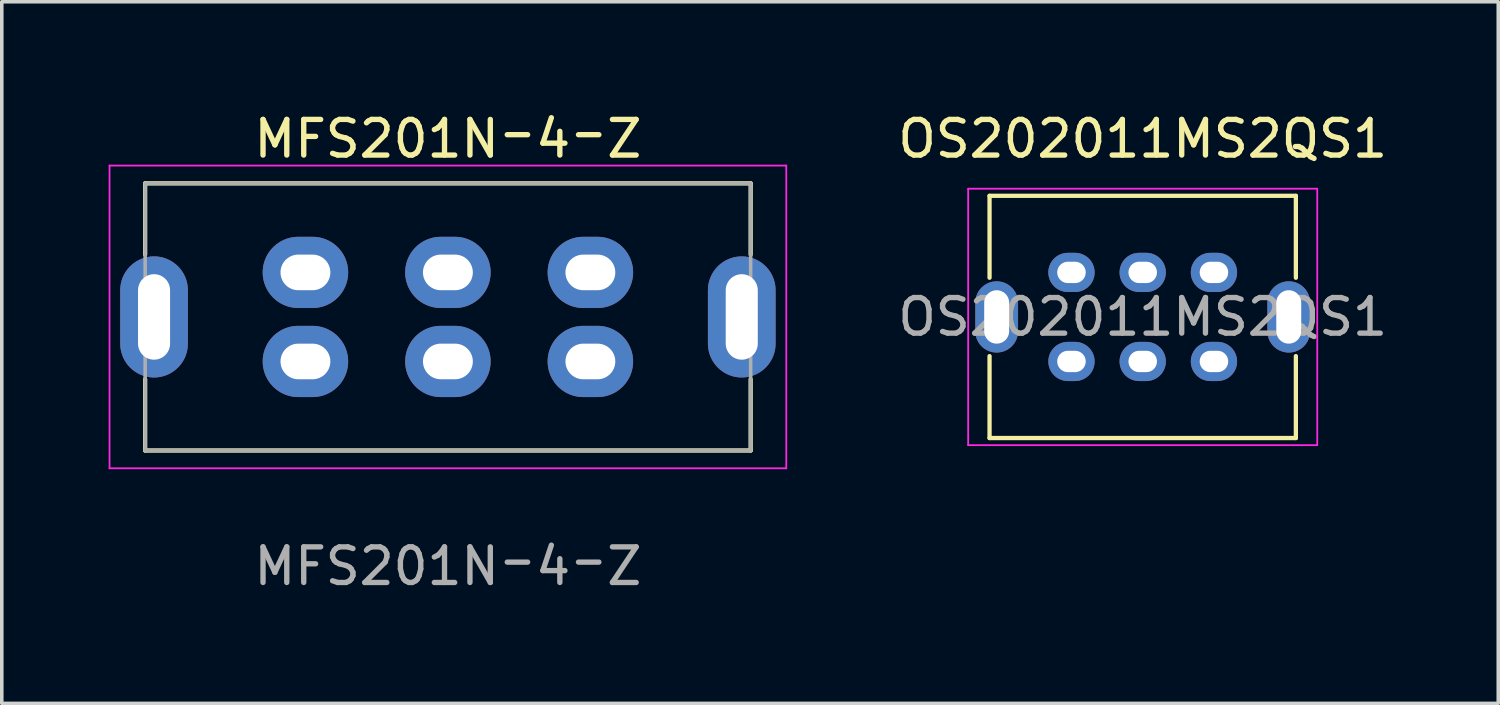
<source format=kicad_pcb>
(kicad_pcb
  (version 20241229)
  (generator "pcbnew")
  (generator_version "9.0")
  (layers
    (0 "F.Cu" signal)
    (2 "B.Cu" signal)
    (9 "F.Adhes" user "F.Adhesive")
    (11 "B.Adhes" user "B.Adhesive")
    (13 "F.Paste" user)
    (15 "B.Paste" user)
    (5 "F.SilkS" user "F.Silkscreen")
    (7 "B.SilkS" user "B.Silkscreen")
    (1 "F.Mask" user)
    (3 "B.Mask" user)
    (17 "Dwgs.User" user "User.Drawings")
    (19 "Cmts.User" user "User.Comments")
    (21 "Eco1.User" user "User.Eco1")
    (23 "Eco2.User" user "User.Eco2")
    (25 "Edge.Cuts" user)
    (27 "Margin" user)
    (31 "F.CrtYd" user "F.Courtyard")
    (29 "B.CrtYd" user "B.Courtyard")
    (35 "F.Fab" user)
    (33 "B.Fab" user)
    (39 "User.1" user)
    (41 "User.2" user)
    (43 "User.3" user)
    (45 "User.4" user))
  (footprint "MFS201N－4－Z"
    (layer "F.Cu")
    (at 9.525 5.848)
    (property "Reference" "MFS201N－4－Z" (at 0 -5 0) (unlocked yes) (layer "F.SilkS") (effects (font (size 1 1) (thickness 0.15))))
    (attr through_hole)
    (fp_line (start -8.5 -3.75) (end 8.5 -3.75) (stroke (width 0.12) (type solid)) (layer "F.SilkS"))
    (fp_line (start -8.5 -1.75) (end -8.5 -3.75) (stroke (width 0.12) (type solid)) (layer "F.SilkS"))
    (fp_line (start -8.5 1.75) (end -8.5 3.75) (stroke (width 0.12) (type solid)) (layer "F.SilkS"))
    (fp_line (start -8.5 3.75) (end 8.5 3.75) (stroke (width 0.12) (type solid)) (layer "F.SilkS"))
    (fp_line (start 8.5 -3.75) (end 8.5 -1.75) (stroke (width 0.12) (type solid)) (layer "F.SilkS"))
    (fp_line (start 8.5 3.75) (end 8.5 1.75) (stroke (width 0.12) (type solid)) (layer "F.SilkS"))
    (fp_line (start -9.5 -4.25) (end -9.5 4.25) (stroke (width 0.05) (type solid)) (layer "F.CrtYd"))
    (fp_line (start -9.5 4.25) (end 9.5 4.25) (stroke (width 0.05) (type solid)) (layer "F.CrtYd"))
    (fp_line (start 9.5 -4.25) (end -9.5 -4.25) (stroke (width 0.05) (type solid)) (layer "F.CrtYd"))
    (fp_line (start 9.5 4.25) (end 9.5 -4.25) (stroke (width 0.05) (type solid)) (layer "F.CrtYd"))
    (fp_line (start -8.5 -3.75) (end 8.5 -3.75) (stroke (width 0.1) (type solid)) (layer "F.Fab"))
    (fp_line (start -8.5 3.75) (end -8.5 -3.75) (stroke (width 0.1) (type solid)) (layer "F.Fab"))
    (fp_line (start 8.5 -3.75) (end 8.5 3.75) (stroke (width 0.1) (type solid)) (layer "F.Fab"))
    (fp_line (start 8.5 3.75) (end -8.5 3.75) (stroke (width 0.1) (type solid)) (layer "F.Fab"))
    (fp_text user "${REFERENCE}" (at 0 7 0) (unlocked yes) (layer "F.Fab") (effects (font (size 1 1) (thickness 0.15))))
    (pad "1" thru_hole oval (at -4 -1.25) (size 2.4 2) (drill oval 1.4 1) (layers "*.Cu" "*.Mask"))
    (pad "2" thru_hole oval (at 0 -1.25) (size 2.4 2) (drill oval 1.4 1) (layers "*.Cu" "*.Mask"))
    (pad "3" thru_hole oval (at 4 -1.25) (size 2.4 2) (drill oval 1.4 1) (layers "*.Cu" "*.Mask"))
    (pad "4" thru_hole oval (at -4 1.25) (size 2.4 2) (drill oval 1.4 1) (layers "*.Cu" "*.Mask"))
    (pad "5" thru_hole oval (at 0 1.25) (size 2.4 2) (drill oval 1.4 1) (layers "*.Cu" "*.Mask"))
    (pad "6" thru_hole oval (at 4 1.25) (size 2.4 2) (drill oval 1.4 1) (layers "*.Cu" "*.Mask"))
    (pad "7" thru_hole oval (at -8.25 0) (size 1.9 3.4) (drill oval 0.9 2.4) (layers "*.Cu" "*.Mask"))
    (pad "7" thru_hole oval (at 8.25 0) (size 1.9 3.4) (drill oval 0.9 2.4) (layers "*.Cu" "*.Mask")))
  (footprint "OS202011MS2QS1"
    (layer "F.Cu")
    (at 29.032 5.848)
    (property "Reference" "OS202011MS2QS1" (at 0 -5 0) (unlocked yes) (layer "F.SilkS") (effects (font (size 1 1) (thickness 0.15))))
    (attr through_hole)
    (fp_line (start -4.3 -3.4) (end -4.3 -1.1) (stroke (width 0.12) (type solid)) (layer "F.SilkS"))
    (fp_line (start -4.3 -3.4) (end 4.3 -3.4) (stroke (width 0.12) (type solid)) (layer "F.SilkS"))
    (fp_line (start -4.3 3.4) (end -4.3 1.1) (stroke (width 0.12) (type solid)) (layer "F.SilkS"))
    (fp_line (start 4.3 -3.4) (end 4.3 -1.1) (stroke (width 0.12) (type solid)) (layer "F.SilkS"))
    (fp_line (start 4.3 1.1) (end 4.3 3.4) (stroke (width 0.12) (type solid)) (layer "F.SilkS"))
    (fp_line (start 4.3 3.4) (end -4.3 3.4) (stroke (width 0.12) (type solid)) (layer "F.SilkS"))
    (fp_line (start -4.9 -3.6) (end 4.9 -3.6) (stroke (width 0.05) (type solid)) (layer "F.CrtYd"))
    (fp_line (start -4.9 3.6) (end -4.9 -3.6) (stroke (width 0.05) (type solid)) (layer "F.CrtYd"))
    (fp_line (start 4.9 -3.6) (end 4.9 3.6) (stroke (width 0.05) (type solid)) (layer "F.CrtYd"))
    (fp_line (start 4.9 3.6) (end -4.9 3.6) (stroke (width 0.05) (type solid)) (layer "F.CrtYd"))
    (fp_text user "${REFERENCE}" (at 0 0 0) (unlocked yes) (layer "F.Fab") (effects (font (size 1 1) (thickness 0.15))))
    (pad "" thru_hole oval (at -4.1 0) (size 1.2 2) (drill oval 0.7 1.5) (layers "*.Cu" "*.Mask"))
    (pad "" thru_hole oval (at 4.1 0) (size 1.2 2) (drill oval 0.7 1.5) (layers "*.Cu" "*.Mask"))
    (pad "1" thru_hole oval (at -2 -1.25) (size 1.3 1.1) (drill oval 0.8 0.6) (layers "*.Cu" "*.Mask"))
    (pad "2" thru_hole oval (at 0 -1.25) (size 1.3 1.1) (drill oval 0.8 0.6) (layers "*.Cu" "*.Mask"))
    (pad "3" thru_hole oval (at 2 -1.25) (size 1.3 1.1) (drill oval 0.8 0.6) (layers "*.Cu" "*.Mask"))
    (pad "4" thru_hole oval (at -2 1.25) (size 1.3 1.1) (drill oval 0.8 0.6) (layers "*.Cu" "*.Mask"))
    (pad "5" thru_hole oval (at 0 1.25) (size 1.3 1.1) (drill oval 0.8 0.6) (layers "*.Cu" "*.Mask"))
    (pad "6" thru_hole oval (at 2 1.25) (size 1.3 1.1) (drill oval 0.8 0.6) (layers "*.Cu" "*.Mask")))
  (gr_rect
    (start -3 -3)
    (end 39.014 16.697)
    (stroke (width 0.1) (type default))
    (fill no)
    (layer "Edge.Cuts")))
</source>
